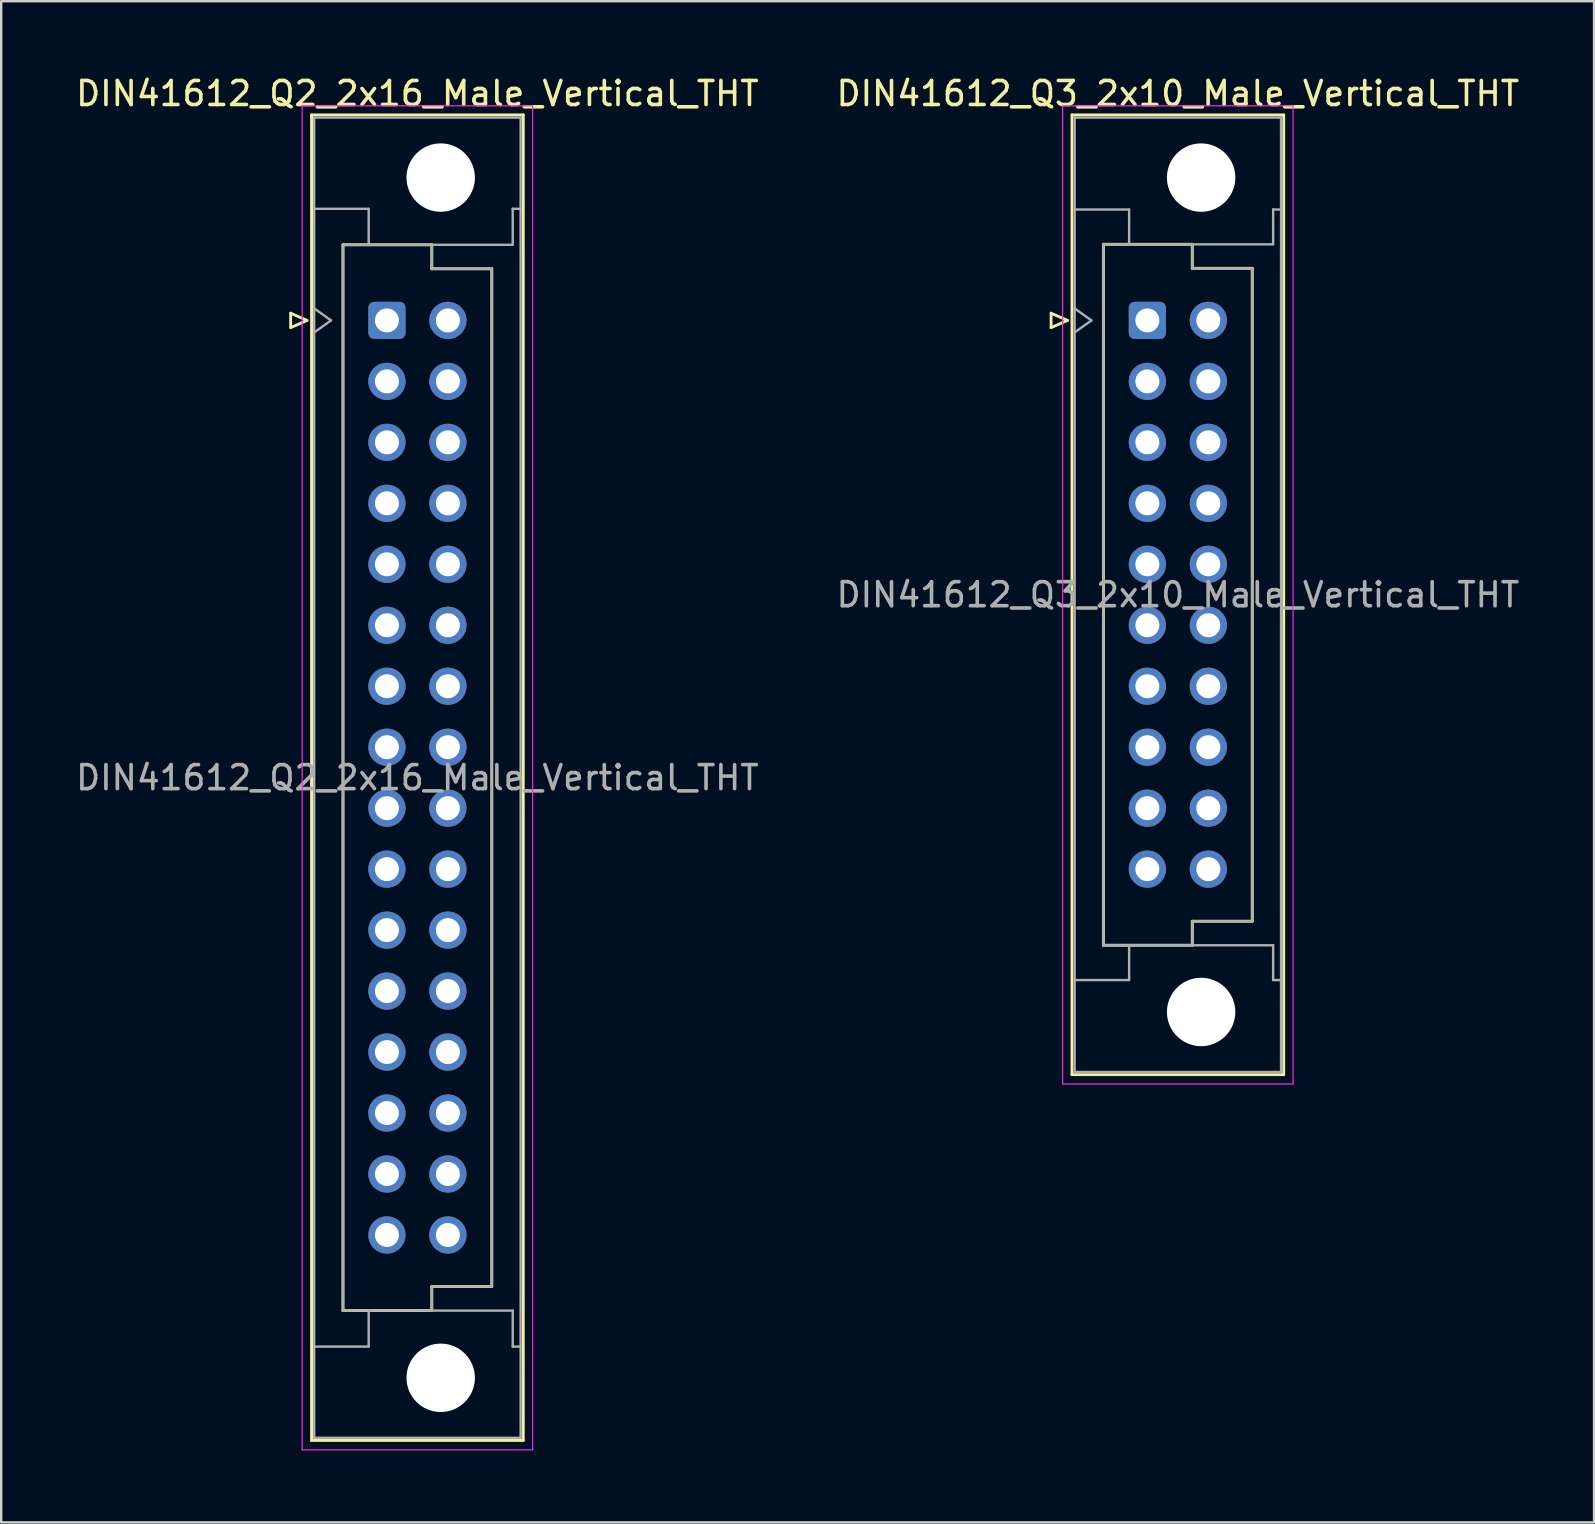
<source format=kicad_pcb>
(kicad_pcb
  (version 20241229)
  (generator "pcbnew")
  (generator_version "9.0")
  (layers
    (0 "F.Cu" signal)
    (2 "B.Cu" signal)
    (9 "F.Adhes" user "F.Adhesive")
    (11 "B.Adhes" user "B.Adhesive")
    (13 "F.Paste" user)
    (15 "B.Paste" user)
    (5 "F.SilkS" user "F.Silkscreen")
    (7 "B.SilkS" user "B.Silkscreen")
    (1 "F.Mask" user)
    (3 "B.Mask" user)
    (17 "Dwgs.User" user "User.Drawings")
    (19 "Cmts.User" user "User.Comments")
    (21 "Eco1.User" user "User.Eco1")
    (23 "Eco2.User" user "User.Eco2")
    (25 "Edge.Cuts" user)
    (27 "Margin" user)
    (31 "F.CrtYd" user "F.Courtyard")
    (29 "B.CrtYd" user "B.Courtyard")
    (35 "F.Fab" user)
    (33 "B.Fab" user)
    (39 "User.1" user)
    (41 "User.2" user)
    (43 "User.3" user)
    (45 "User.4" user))
  (footprint "DIN41612_Q3_2x10_Male_Vertical_THT"
    (layer "F.Cu")
    (at 44.748 10.298)
    (property "Reference" "DIN41612_Q3_2x10_Male_Vertical_THT" (at 1.27 -9.45 0) (layer "F.SilkS") (effects (font (size 1 1) (thickness 0.15))))
    (attr through_hole)
    (fp_line (start -4.01 -0.3) (end -4.01 0.3) (stroke (width 0.12) (type solid)) (layer "F.SilkS"))
    (fp_line (start -4.01 0.3) (end -3.33 0) (stroke (width 0.12) (type solid)) (layer "F.SilkS"))
    (fp_line (start -3.33 0) (end -4.01 -0.3) (stroke (width 0.12) (type solid)) (layer "F.SilkS"))
    (fp_line (start -3.14 -8.56) (end 5.68 -8.56) (stroke (width 0.12) (type solid)) (layer "F.SilkS"))
    (fp_line (start -3.14 31.42) (end -3.14 -8.56) (stroke (width 0.12) (type solid)) (layer "F.SilkS"))
    (fp_line (start -1.83 -3.17) (end 1.87 -3.17) (stroke (width 0.12) (type solid)) (layer "F.SilkS"))
    (fp_line (start -1.83 26.03) (end -1.83 -3.17) (stroke (width 0.12) (type solid)) (layer "F.SilkS"))
    (fp_line (start 1.87 -3.17) (end 1.87 -2.17) (stroke (width 0.12) (type solid)) (layer "F.SilkS"))
    (fp_line (start 1.87 -2.17) (end 4.37 -2.17) (stroke (width 0.12) (type solid)) (layer "F.SilkS"))
    (fp_line (start 1.87 25.03) (end 1.87 26.03) (stroke (width 0.12) (type solid)) (layer "F.SilkS"))
    (fp_line (start 1.87 26.03) (end -1.83 26.03) (stroke (width 0.12) (type solid)) (layer "F.SilkS"))
    (fp_line (start 4.37 -2.17) (end 4.37 25.03) (stroke (width 0.12) (type solid)) (layer "F.SilkS"))
    (fp_line (start 4.37 25.03) (end 1.87 25.03) (stroke (width 0.12) (type solid)) (layer "F.SilkS"))
    (fp_line (start 5.68 -8.56) (end 5.68 31.42) (stroke (width 0.12) (type solid)) (layer "F.SilkS"))
    (fp_line (start 5.68 31.42) (end -3.14 31.42) (stroke (width 0.12) (type solid)) (layer "F.SilkS"))
    (fp_line (start -3.53 -8.94) (end 6.07 -8.94) (stroke (width 0.05) (type solid)) (layer "F.CrtYd"))
    (fp_line (start -3.53 31.81) (end -3.53 -8.94) (stroke (width 0.05) (type solid)) (layer "F.CrtYd"))
    (fp_line (start 6.07 -8.94) (end 6.07 31.81) (stroke (width 0.05) (type solid)) (layer "F.CrtYd"))
    (fp_line (start 6.07 31.81) (end -3.53 31.81) (stroke (width 0.05) (type solid)) (layer "F.CrtYd"))
    (fp_line (start -3.03 -8.45) (end 5.57 -8.45) (stroke (width 0.1) (type solid)) (layer "F.Fab"))
    (fp_line (start -3.03 -4.62) (end -0.76 -4.62) (stroke (width 0.1) (type solid)) (layer "F.Fab"))
    (fp_line (start -3.03 -0.5) (end -2.33 0) (stroke (width 0.1) (type solid)) (layer "F.Fab"))
    (fp_line (start -3.03 27.48) (end -0.76 27.48) (stroke (width 0.1) (type solid)) (layer "F.Fab"))
    (fp_line (start -3.03 31.31) (end -3.03 -8.45) (stroke (width 0.1) (type solid)) (layer "F.Fab"))
    (fp_line (start -2.33 0) (end -3.03 0.5) (stroke (width 0.1) (type solid)) (layer "F.Fab"))
    (fp_line (start -1.83 -3.17) (end 1.87 -3.17) (stroke (width 0.1) (type solid)) (layer "F.Fab"))
    (fp_line (start -1.83 26.03) (end -1.83 -3.17) (stroke (width 0.1) (type solid)) (layer "F.Fab"))
    (fp_line (start -0.76 -4.62) (end -0.76 -3.17) (stroke (width 0.1) (type solid)) (layer "F.Fab"))
    (fp_line (start -0.76 27.48) (end -0.76 26.03) (stroke (width 0.1) (type solid)) (layer "F.Fab"))
    (fp_line (start 1.87 -3.17) (end 1.87 -2.17) (stroke (width 0.1) (type solid)) (layer "F.Fab"))
    (fp_line (start 1.87 -3.17) (end 5.24 -3.17) (stroke (width 0.1) (type solid)) (layer "F.Fab"))
    (fp_line (start 1.87 -2.17) (end 4.37 -2.17) (stroke (width 0.1) (type solid)) (layer "F.Fab"))
    (fp_line (start 1.87 25.03) (end 1.87 26.03) (stroke (width 0.1) (type solid)) (layer "F.Fab"))
    (fp_line (start 1.87 26.03) (end -1.83 26.03) (stroke (width 0.1) (type solid)) (layer "F.Fab"))
    (fp_line (start 1.87 26.03) (end 5.24 26.03) (stroke (width 0.1) (type solid)) (layer "F.Fab"))
    (fp_line (start 4.37 -2.17) (end 4.37 25.03) (stroke (width 0.1) (type solid)) (layer "F.Fab"))
    (fp_line (start 4.37 25.03) (end 1.87 25.03) (stroke (width 0.1) (type solid)) (layer "F.Fab"))
    (fp_line (start 5.24 -4.62) (end 5.57 -4.62) (stroke (width 0.1) (type solid)) (layer "F.Fab"))
    (fp_line (start 5.24 -3.17) (end 5.24 -4.62) (stroke (width 0.1) (type solid)) (layer "F.Fab"))
    (fp_line (start 5.24 26.03) (end 5.24 27.48) (stroke (width 0.1) (type solid)) (layer "F.Fab"))
    (fp_line (start 5.24 27.48) (end 5.57 27.48) (stroke (width 0.1) (type solid)) (layer "F.Fab"))
    (fp_line (start 5.57 -8.45) (end 5.57 31.31) (stroke (width 0.1) (type solid)) (layer "F.Fab"))
    (fp_line (start 5.57 31.31) (end -3.03 31.31) (stroke (width 0.1) (type solid)) (layer "F.Fab"))
    (fp_text user "${REFERENCE}" (at 1.27 11.43 0) (layer "F.Fab") (effects (font (size 1 1) (thickness 0.15))))
    (pad "" np_thru_hole circle (at 2.24 -5.95) (size 2.85 2.85) (drill 2.85) (layers "*.Cu" "*.Mask"))
    (pad "" np_thru_hole circle (at 2.24 28.81) (size 2.85 2.85) (drill 2.85) (layers "*.Cu" "*.Mask"))
    (pad "a1" thru_hole roundrect (at 0 0) (size 1.55 1.55) (drill 1) (layers "*.Cu" "*.Mask") (roundrect_rratio 0.161))
    (pad "a2" thru_hole circle (at 0 2.54) (size 1.55 1.55) (drill 1) (layers "*.Cu" "*.Mask"))
    (pad "a3" thru_hole circle (at 0 5.08) (size 1.55 1.55) (drill 1) (layers "*.Cu" "*.Mask"))
    (pad "a4" thru_hole circle (at 0 7.62) (size 1.55 1.55) (drill 1) (layers "*.Cu" "*.Mask"))
    (pad "a5" thru_hole circle (at 0 10.16) (size 1.55 1.55) (drill 1) (layers "*.Cu" "*.Mask"))
    (pad "a6" thru_hole circle (at 0 12.7) (size 1.55 1.55) (drill 1) (layers "*.Cu" "*.Mask"))
    (pad "a7" thru_hole circle (at 0 15.24) (size 1.55 1.55) (drill 1) (layers "*.Cu" "*.Mask"))
    (pad "a8" thru_hole circle (at 0 17.78) (size 1.55 1.55) (drill 1) (layers "*.Cu" "*.Mask"))
    (pad "a9" thru_hole circle (at 0 20.32) (size 1.55 1.55) (drill 1) (layers "*.Cu" "*.Mask"))
    (pad "a10" thru_hole circle (at 0 22.86) (size 1.55 1.55) (drill 1) (layers "*.Cu" "*.Mask"))
    (pad "b1" thru_hole circle (at 2.54 0) (size 1.55 1.55) (drill 1) (layers "*.Cu" "*.Mask"))
    (pad "b2" thru_hole circle (at 2.54 2.54) (size 1.55 1.55) (drill 1) (layers "*.Cu" "*.Mask"))
    (pad "b3" thru_hole circle (at 2.54 5.08) (size 1.55 1.55) (drill 1) (layers "*.Cu" "*.Mask"))
    (pad "b4" thru_hole circle (at 2.54 7.62) (size 1.55 1.55) (drill 1) (layers "*.Cu" "*.Mask"))
    (pad "b5" thru_hole circle (at 2.54 10.16) (size 1.55 1.55) (drill 1) (layers "*.Cu" "*.Mask"))
    (pad "b6" thru_hole circle (at 2.54 12.7) (size 1.55 1.55) (drill 1) (layers "*.Cu" "*.Mask"))
    (pad "b7" thru_hole circle (at 2.54 15.24) (size 1.55 1.55) (drill 1) (layers "*.Cu" "*.Mask"))
    (pad "b8" thru_hole circle (at 2.54 17.78) (size 1.55 1.55) (drill 1) (layers "*.Cu" "*.Mask"))
    (pad "b9" thru_hole circle (at 2.54 20.32) (size 1.55 1.55) (drill 1) (layers "*.Cu" "*.Mask"))
    (pad "b10" thru_hole circle (at 2.54 22.86) (size 1.55 1.55) (drill 1) (layers "*.Cu" "*.Mask")))
  (footprint "DIN41612_Q2_2x16_Male_Vertical_THT"
    (layer "F.Cu")
    (at 13.069 10.298)
    (property "Reference" "DIN41612_Q2_2x16_Male_Vertical_THT" (at 1.27 -9.45 0) (layer "F.SilkS") (effects (font (size 1 1) (thickness 0.15))))
    (attr through_hole)
    (fp_line (start -4.01 -0.3) (end -4.01 0.3) (stroke (width 0.12) (type solid)) (layer "F.SilkS"))
    (fp_line (start -4.01 0.3) (end -3.33 0) (stroke (width 0.12) (type solid)) (layer "F.SilkS"))
    (fp_line (start -3.33 0) (end -4.01 -0.3) (stroke (width 0.12) (type solid)) (layer "F.SilkS"))
    (fp_line (start -3.14 -8.56) (end 5.68 -8.56) (stroke (width 0.12) (type solid)) (layer "F.SilkS"))
    (fp_line (start -3.14 46.66) (end -3.14 -8.56) (stroke (width 0.12) (type solid)) (layer "F.SilkS"))
    (fp_line (start -1.83 -3.15) (end 1.87 -3.15) (stroke (width 0.12) (type solid)) (layer "F.SilkS"))
    (fp_line (start -1.83 41.25) (end -1.83 -3.15) (stroke (width 0.12) (type solid)) (layer "F.SilkS"))
    (fp_line (start 1.87 -3.15) (end 1.87 -2.15) (stroke (width 0.12) (type solid)) (layer "F.SilkS"))
    (fp_line (start 1.87 -2.15) (end 4.37 -2.15) (stroke (width 0.12) (type solid)) (layer "F.SilkS"))
    (fp_line (start 1.87 40.25) (end 1.87 41.25) (stroke (width 0.12) (type solid)) (layer "F.SilkS"))
    (fp_line (start 1.87 41.25) (end -1.83 41.25) (stroke (width 0.12) (type solid)) (layer "F.SilkS"))
    (fp_line (start 4.37 -2.15) (end 4.37 40.25) (stroke (width 0.12) (type solid)) (layer "F.SilkS"))
    (fp_line (start 4.37 40.25) (end 1.87 40.25) (stroke (width 0.12) (type solid)) (layer "F.SilkS"))
    (fp_line (start 5.68 -8.56) (end 5.68 46.66) (stroke (width 0.12) (type solid)) (layer "F.SilkS"))
    (fp_line (start 5.68 46.66) (end -3.14 46.66) (stroke (width 0.12) (type solid)) (layer "F.SilkS"))
    (fp_line (start -3.53 -8.94) (end 6.07 -8.94) (stroke (width 0.05) (type solid)) (layer "F.CrtYd"))
    (fp_line (start -3.53 47.05) (end -3.53 -8.94) (stroke (width 0.05) (type solid)) (layer "F.CrtYd"))
    (fp_line (start 6.07 -8.94) (end 6.07 47.05) (stroke (width 0.05) (type solid)) (layer "F.CrtYd"))
    (fp_line (start 6.07 47.05) (end -3.53 47.05) (stroke (width 0.05) (type solid)) (layer "F.CrtYd"))
    (fp_line (start -3.03 -8.45) (end 5.57 -8.45) (stroke (width 0.1) (type solid)) (layer "F.Fab"))
    (fp_line (start -3.03 -4.65) (end -0.76 -4.65) (stroke (width 0.1) (type solid)) (layer "F.Fab"))
    (fp_line (start -3.03 -0.5) (end -2.33 0) (stroke (width 0.1) (type solid)) (layer "F.Fab"))
    (fp_line (start -3.03 42.75) (end -0.76 42.75) (stroke (width 0.1) (type solid)) (layer "F.Fab"))
    (fp_line (start -3.03 46.55) (end -3.03 -8.45) (stroke (width 0.1) (type solid)) (layer "F.Fab"))
    (fp_line (start -2.33 0) (end -3.03 0.5) (stroke (width 0.1) (type solid)) (layer "F.Fab"))
    (fp_line (start -1.83 -3.15) (end 1.87 -3.15) (stroke (width 0.1) (type solid)) (layer "F.Fab"))
    (fp_line (start -1.83 41.25) (end -1.83 -3.15) (stroke (width 0.1) (type solid)) (layer "F.Fab"))
    (fp_line (start -0.76 -4.65) (end -0.76 -3.15) (stroke (width 0.1) (type solid)) (layer "F.Fab"))
    (fp_line (start -0.76 42.75) (end -0.76 41.25) (stroke (width 0.1) (type solid)) (layer "F.Fab"))
    (fp_line (start 1.87 -3.15) (end 1.87 -2.15) (stroke (width 0.1) (type solid)) (layer "F.Fab"))
    (fp_line (start 1.87 -3.15) (end 5.24 -3.15) (stroke (width 0.1) (type solid)) (layer "F.Fab"))
    (fp_line (start 1.87 -2.15) (end 4.37 -2.15) (stroke (width 0.1) (type solid)) (layer "F.Fab"))
    (fp_line (start 1.87 40.25) (end 1.87 41.25) (stroke (width 0.1) (type solid)) (layer "F.Fab"))
    (fp_line (start 1.87 41.25) (end -1.83 41.25) (stroke (width 0.1) (type solid)) (layer "F.Fab"))
    (fp_line (start 1.87 41.25) (end 5.24 41.25) (stroke (width 0.1) (type solid)) (layer "F.Fab"))
    (fp_line (start 4.37 -2.15) (end 4.37 40.25) (stroke (width 0.1) (type solid)) (layer "F.Fab"))
    (fp_line (start 4.37 40.25) (end 1.87 40.25) (stroke (width 0.1) (type solid)) (layer "F.Fab"))
    (fp_line (start 5.24 -4.65) (end 5.57 -4.65) (stroke (width 0.1) (type solid)) (layer "F.Fab"))
    (fp_line (start 5.24 -3.15) (end 5.24 -4.65) (stroke (width 0.1) (type solid)) (layer "F.Fab"))
    (fp_line (start 5.24 41.25) (end 5.24 42.75) (stroke (width 0.1) (type solid)) (layer "F.Fab"))
    (fp_line (start 5.24 42.75) (end 5.57 42.75) (stroke (width 0.1) (type solid)) (layer "F.Fab"))
    (fp_line (start 5.57 -8.45) (end 5.57 46.55) (stroke (width 0.1) (type solid)) (layer "F.Fab"))
    (fp_line (start 5.57 46.55) (end -3.03 46.55) (stroke (width 0.1) (type solid)) (layer "F.Fab"))
    (fp_text user "${REFERENCE}" (at 1.27 19.05 0) (layer "F.Fab") (effects (font (size 1 1) (thickness 0.15))))
    (pad "" np_thru_hole circle (at 2.24 -5.95) (size 2.85 2.85) (drill 2.85) (layers "*.Cu" "*.Mask"))
    (pad "" np_thru_hole circle (at 2.24 44.05) (size 2.85 2.85) (drill 2.85) (layers "*.Cu" "*.Mask"))
    (pad "a1" thru_hole roundrect (at 0 0) (size 1.55 1.55) (drill 1) (layers "*.Cu" "*.Mask") (roundrect_rratio 0.161))
    (pad "a2" thru_hole circle (at 0 2.54) (size 1.55 1.55) (drill 1) (layers "*.Cu" "*.Mask"))
    (pad "a3" thru_hole circle (at 0 5.08) (size 1.55 1.55) (drill 1) (layers "*.Cu" "*.Mask"))
    (pad "a4" thru_hole circle (at 0 7.62) (size 1.55 1.55) (drill 1) (layers "*.Cu" "*.Mask"))
    (pad "a5" thru_hole circle (at 0 10.16) (size 1.55 1.55) (drill 1) (layers "*.Cu" "*.Mask"))
    (pad "a6" thru_hole circle (at 0 12.7) (size 1.55 1.55) (drill 1) (layers "*.Cu" "*.Mask"))
    (pad "a7" thru_hole circle (at 0 15.24) (size 1.55 1.55) (drill 1) (layers "*.Cu" "*.Mask"))
    (pad "a8" thru_hole circle (at 0 17.78) (size 1.55 1.55) (drill 1) (layers "*.Cu" "*.Mask"))
    (pad "a9" thru_hole circle (at 0 20.32) (size 1.55 1.55) (drill 1) (layers "*.Cu" "*.Mask"))
    (pad "a10" thru_hole circle (at 0 22.86) (size 1.55 1.55) (drill 1) (layers "*.Cu" "*.Mask"))
    (pad "a11" thru_hole circle (at 0 25.4) (size 1.55 1.55) (drill 1) (layers "*.Cu" "*.Mask"))
    (pad "a12" thru_hole circle (at 0 27.94) (size 1.55 1.55) (drill 1) (layers "*.Cu" "*.Mask"))
    (pad "a13" thru_hole circle (at 0 30.48) (size 1.55 1.55) (drill 1) (layers "*.Cu" "*.Mask"))
    (pad "a14" thru_hole circle (at 0 33.02) (size 1.55 1.55) (drill 1) (layers "*.Cu" "*.Mask"))
    (pad "a15" thru_hole circle (at 0 35.56) (size 1.55 1.55) (drill 1) (layers "*.Cu" "*.Mask"))
    (pad "a16" thru_hole circle (at 0 38.1) (size 1.55 1.55) (drill 1) (layers "*.Cu" "*.Mask"))
    (pad "b1" thru_hole circle (at 2.54 0) (size 1.55 1.55) (drill 1) (layers "*.Cu" "*.Mask"))
    (pad "b2" thru_hole circle (at 2.54 2.54) (size 1.55 1.55) (drill 1) (layers "*.Cu" "*.Mask"))
    (pad "b3" thru_hole circle (at 2.54 5.08) (size 1.55 1.55) (drill 1) (layers "*.Cu" "*.Mask"))
    (pad "b4" thru_hole circle (at 2.54 7.62) (size 1.55 1.55) (drill 1) (layers "*.Cu" "*.Mask"))
    (pad "b5" thru_hole circle (at 2.54 10.16) (size 1.55 1.55) (drill 1) (layers "*.Cu" "*.Mask"))
    (pad "b6" thru_hole circle (at 2.54 12.7) (size 1.55 1.55) (drill 1) (layers "*.Cu" "*.Mask"))
    (pad "b7" thru_hole circle (at 2.54 15.24) (size 1.55 1.55) (drill 1) (layers "*.Cu" "*.Mask"))
    (pad "b8" thru_hole circle (at 2.54 17.78) (size 1.55 1.55) (drill 1) (layers "*.Cu" "*.Mask"))
    (pad "b9" thru_hole circle (at 2.54 20.32) (size 1.55 1.55) (drill 1) (layers "*.Cu" "*.Mask"))
    (pad "b10" thru_hole circle (at 2.54 22.86) (size 1.55 1.55) (drill 1) (layers "*.Cu" "*.Mask"))
    (pad "b11" thru_hole circle (at 2.54 25.4) (size 1.55 1.55) (drill 1) (layers "*.Cu" "*.Mask"))
    (pad "b12" thru_hole circle (at 2.54 27.94) (size 1.55 1.55) (drill 1) (layers "*.Cu" "*.Mask"))
    (pad "b13" thru_hole circle (at 2.54 30.48) (size 1.55 1.55) (drill 1) (layers "*.Cu" "*.Mask"))
    (pad "b14" thru_hole circle (at 2.54 33.02) (size 1.55 1.55) (drill 1) (layers "*.Cu" "*.Mask"))
    (pad "b15" thru_hole circle (at 2.54 35.56) (size 1.55 1.55) (drill 1) (layers "*.Cu" "*.Mask"))
    (pad "b16" thru_hole circle (at 2.54 38.1) (size 1.55 1.55) (drill 1) (layers "*.Cu" "*.Mask")))
  (gr_rect
    (start -3 -3)
    (end 63.357 60.373)
    (stroke (width 0.1) (type default))
    (fill no)
    (layer "Edge.Cuts")))
</source>
